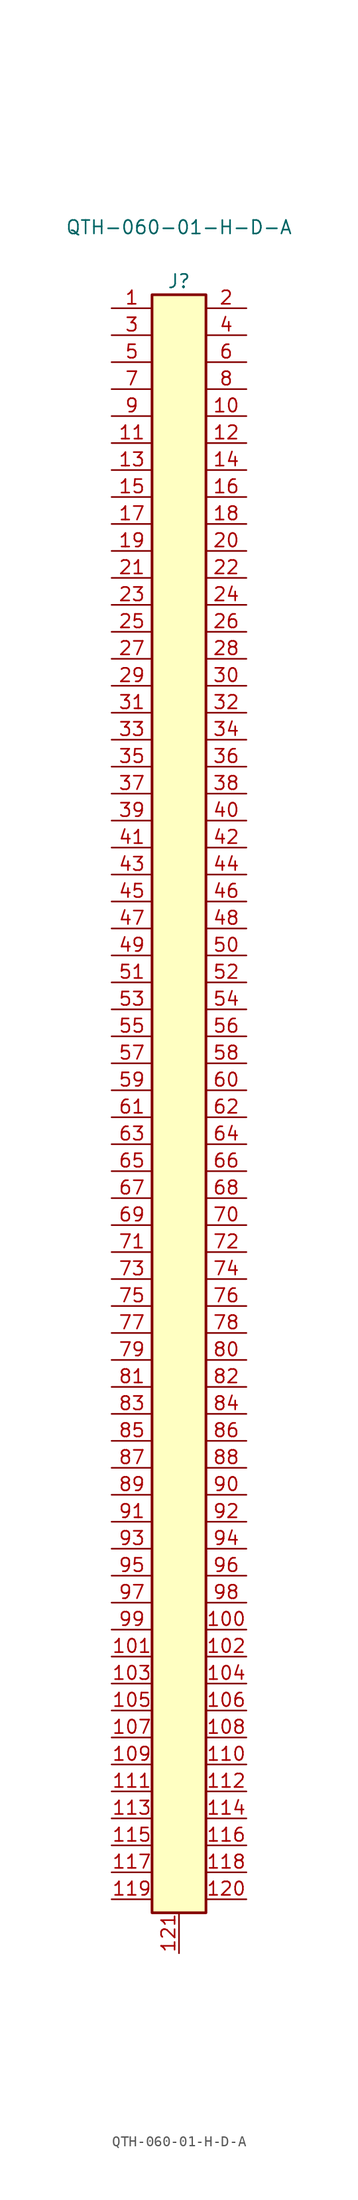
<source format=kicad_sym>
(kicad_symbol_lib
  (version 20241209)
  (generator "kicad_symbol_editor")
  (generator_version "9.0")
  (symbol "QTH-060-01-H-D-A"
    (pin_names
      (offset 1.016)
      (hide yes))
    (property "Reference" "J"
      (at 0 35.56 0)
      (effects (font (size 1.27 1.27))))
    (property "Value" "QTH-060-01-H-D-A"
      (at 0 40.64 0)
      (effects (font (size 1.27 1.27))))
    (symbol "QTH-060-01-H-D-A_0_0"
      (pin passive line (at -6.35 -43.18 0) (length 3.81) (name "Pin_61" (effects (font (size 1.27 1.27)))) (number "61" (effects (font (size 1.27 1.27)))))
      (pin passive line (at -6.35 -68.58 0) (length 3.81) (name "Pin_81" (effects (font (size 1.27 1.27)))) (number "81" (effects (font (size 1.27 1.27)))))
      (pin passive line (at -6.35 -81.28 0) (length 3.81) (name "Pin_91" (effects (font (size 1.27 1.27)))) (number "91" (effects (font (size 1.27 1.27)))))
      (pin passive line (at -6.35 -83.82 0) (length 3.81) (name "Pin_93" (effects (font (size 1.27 1.27)))) (number "93" (effects (font (size 1.27 1.27)))))
      (pin passive line (at 0 -121.92 90) (length 3.81) (name "121" (effects (font (size 1.27 1.27)))) (number "121" (effects (font (size 1.27 1.27)))))
      (pin passive line (at 6.35 -43.18 180) (length 3.81) (name "Pin_62" (effects (font (size 1.27 1.27)))) (number "62" (effects (font (size 1.27 1.27)))))
      (pin passive line (at 6.35 -45.72 180) (length 3.81) (name "Pin_64" (effects (font (size 1.27 1.27)))) (number "64" (effects (font (size 1.27 1.27)))))
      (pin passive line (at 6.35 -48.26 180) (length 3.81) (name "Pin_66" (effects (font (size 1.27 1.27)))) (number "66" (effects (font (size 1.27 1.27)))))
      (pin passive line (at 6.35 -63.5 180) (length 3.81) (name "Pin_78" (effects (font (size 1.27 1.27)))) (number "78" (effects (font (size 1.27 1.27)))))
      (pin passive line (at 6.35 -66.04 180) (length 3.81) (name "Pin_80" (effects (font (size 1.27 1.27)))) (number "80" (effects (font (size 1.27 1.27)))))
      (pin passive line (at 6.35 -68.58 180) (length 3.81) (name "Pin_82" (effects (font (size 1.27 1.27)))) (number "82" (effects (font (size 1.27 1.27)))))
      (pin passive line (at 6.35 -71.12 180) (length 3.81) (name "Pin_84" (effects (font (size 1.27 1.27)))) (number "84" (effects (font (size 1.27 1.27)))))
      (pin passive line (at 6.35 -73.66 180) (length 3.81) (name "Pin_86" (effects (font (size 1.27 1.27)))) (number "86" (effects (font (size 1.27 1.27)))))
      (pin passive line (at 6.35 -88.9 180) (length 3.81) (name "Pin_98" (effects (font (size 1.27 1.27)))) (number "98" (effects (font (size 1.27 1.27)))))
      (pin passive line (at 6.35 -91.44 180) (length 3.81) (name "Pin_100" (effects (font (size 1.27 1.27)))) (number "100" (effects (font (size 1.27 1.27)))))
      (pin passive line (at 6.35 -93.98 180) (length 3.81) (name "Pin_102" (effects (font (size 1.27 1.27)))) (number "102" (effects (font (size 1.27 1.27)))))
      (pin passive line (at 6.35 -106.68 180) (length 3.81) (name "Pin_112" (effects (font (size 1.27 1.27)))) (number "112" (effects (font (size 1.27 1.27)))))
      (pin passive line (at 6.35 -109.22 180) (length 3.81) (name "Pin_114" (effects (font (size 1.27 1.27)))) (number "114" (effects (font (size 1.27 1.27)))))
      (pin passive line (at 6.35 -111.76 180) (length 3.81) (name "Pin_116" (effects (font (size 1.27 1.27)))) (number "116" (effects (font (size 1.27 1.27)))))
      (pin passive line (at 6.35 -114.3 180) (length 3.81) (name "Pin_118" (effects (font (size 1.27 1.27)))) (number "118" (effects (font (size 1.27 1.27)))))
      (pin passive line (at 6.35 -116.84 180) (length 3.81) (name "Pin_120" (effects (font (size 1.27 1.27)))) (number "120" (effects (font (size 1.27 1.27))))))
    (symbol "QTH-060-01-H-D-A_1_1"
      (rectangle (start -2.54 34.29) (end 2.54 -118.11) (stroke (width 0.254) (type solid)) (fill (type background)))
      (pin passive line (at -6.35 33.02 0) (length 3.81) (name "Pin_1" (effects (font (size 1.27 1.27)))) (number "1" (effects (font (size 1.27 1.27)))))
      (pin passive line (at -6.35 30.48 0) (length 3.81) (name "Pin_3" (effects (font (size 1.27 1.27)))) (number "3" (effects (font (size 1.27 1.27)))))
      (pin passive line (at -6.35 27.94 0) (length 3.81) (name "Pin_5" (effects (font (size 1.27 1.27)))) (number "5" (effects (font (size 1.27 1.27)))))
      (pin passive line (at -6.35 25.4 0) (length 3.81) (name "Pin_7" (effects (font (size 1.27 1.27)))) (number "7" (effects (font (size 1.27 1.27)))))
      (pin passive line (at -6.35 22.86 0) (length 3.81) (name "Pin_9" (effects (font (size 1.27 1.27)))) (number "9" (effects (font (size 1.27 1.27)))))
      (pin passive line (at -6.35 20.32 0) (length 3.81) (name "Pin_11" (effects (font (size 1.27 1.27)))) (number "11" (effects (font (size 1.27 1.27)))))
      (pin passive line (at -6.35 17.78 0) (length 3.81) (name "Pin_13" (effects (font (size 1.27 1.27)))) (number "13" (effects (font (size 1.27 1.27)))))
      (pin passive line (at -6.35 15.24 0) (length 3.81) (name "Pin_15" (effects (font (size 1.27 1.27)))) (number "15" (effects (font (size 1.27 1.27)))))
      (pin passive line (at -6.35 12.7 0) (length 3.81) (name "Pin_17" (effects (font (size 1.27 1.27)))) (number "17" (effects (font (size 1.27 1.27)))))
      (pin passive line (at -6.35 10.16 0) (length 3.81) (name "Pin_19" (effects (font (size 1.27 1.27)))) (number "19" (effects (font (size 1.27 1.27)))))
      (pin passive line (at -6.35 7.62 0) (length 3.81) (name "Pin_21" (effects (font (size 1.27 1.27)))) (number "21" (effects (font (size 1.27 1.27)))))
      (pin passive line (at -6.35 5.08 0) (length 3.81) (name "Pin_23" (effects (font (size 1.27 1.27)))) (number "23" (effects (font (size 1.27 1.27)))))
      (pin passive line (at -6.35 2.54 0) (length 3.81) (name "Pin_25" (effects (font (size 1.27 1.27)))) (number "25" (effects (font (size 1.27 1.27)))))
      (pin passive line (at -6.35 0 0) (length 3.81) (name "Pin_27" (effects (font (size 1.27 1.27)))) (number "27" (effects (font (size 1.27 1.27)))))
      (pin passive line (at -6.35 -2.54 0) (length 3.81) (name "Pin_29" (effects (font (size 1.27 1.27)))) (number "29" (effects (font (size 1.27 1.27)))))
      (pin passive line (at -6.35 -5.08 0) (length 3.81) (name "Pin_31" (effects (font (size 1.27 1.27)))) (number "31" (effects (font (size 1.27 1.27)))))
      (pin passive line (at -6.35 -7.62 0) (length 3.81) (name "Pin_33" (effects (font (size 1.27 1.27)))) (number "33" (effects (font (size 1.27 1.27)))))
      (pin passive line (at -6.35 -10.16 0) (length 3.81) (name "Pin_35" (effects (font (size 1.27 1.27)))) (number "35" (effects (font (size 1.27 1.27)))))
      (pin passive line (at -6.35 -12.7 0) (length 3.81) (name "Pin_37" (effects (font (size 1.27 1.27)))) (number "37" (effects (font (size 1.27 1.27)))))
      (pin passive line (at -6.35 -15.24 0) (length 3.81) (name "Pin_39" (effects (font (size 1.27 1.27)))) (number "39" (effects (font (size 1.27 1.27)))))
      (pin passive line (at -6.35 -17.78 0) (length 3.81) (name "Pin_41" (effects (font (size 1.27 1.27)))) (number "41" (effects (font (size 1.27 1.27)))))
      (pin passive line (at -6.35 -20.32 0) (length 3.81) (name "Pin_43" (effects (font (size 1.27 1.27)))) (number "43" (effects (font (size 1.27 1.27)))))
      (pin passive line (at -6.35 -22.86 0) (length 3.81) (name "Pin_45" (effects (font (size 1.27 1.27)))) (number "45" (effects (font (size 1.27 1.27)))))
      (pin passive line (at -6.35 -25.4 0) (length 3.81) (name "Pin_47" (effects (font (size 1.27 1.27)))) (number "47" (effects (font (size 1.27 1.27)))))
      (pin passive line (at -6.35 -27.94 0) (length 3.81) (name "Pin_49" (effects (font (size 1.27 1.27)))) (number "49" (effects (font (size 1.27 1.27)))))
      (pin passive line (at -6.35 -30.48 0) (length 3.81) (name "Pin_51" (effects (font (size 1.27 1.27)))) (number "51" (effects (font (size 1.27 1.27)))))
      (pin passive line (at -6.35 -33.02 0) (length 3.81) (name "Pin_53" (effects (font (size 1.27 1.27)))) (number "53" (effects (font (size 1.27 1.27)))))
      (pin passive line (at -6.35 -35.56 0) (length 3.81) (name "Pin_55" (effects (font (size 1.27 1.27)))) (number "55" (effects (font (size 1.27 1.27)))))
      (pin passive line (at -6.35 -38.1 0) (length 3.81) (name "Pin_57" (effects (font (size 1.27 1.27)))) (number "57" (effects (font (size 1.27 1.27)))))
      (pin passive line (at -6.35 -40.64 0) (length 3.81) (name "Pin_59" (effects (font (size 1.27 1.27)))) (number "59" (effects (font (size 1.27 1.27)))))
      (pin passive line (at -6.35 -45.72 0) (length 3.81) (name "Pin_63" (effects (font (size 1.27 1.27)))) (number "63" (effects (font (size 1.27 1.27)))))
      (pin passive line (at -6.35 -48.26 0) (length 3.81) (name "Pin_65" (effects (font (size 1.27 1.27)))) (number "65" (effects (font (size 1.27 1.27)))))
      (pin passive line (at -6.35 -50.8 0) (length 3.81) (name "Pin_67" (effects (font (size 1.27 1.27)))) (number "67" (effects (font (size 1.27 1.27)))))
      (pin passive line (at -6.35 -53.34 0) (length 3.81) (name "Pin_69" (effects (font (size 1.27 1.27)))) (number "69" (effects (font (size 1.27 1.27)))))
      (pin passive line (at -6.35 -55.88 0) (length 3.81) (name "Pin_71" (effects (font (size 1.27 1.27)))) (number "71" (effects (font (size 1.27 1.27)))))
      (pin passive line (at -6.35 -58.42 0) (length 3.81) (name "Pin_73" (effects (font (size 1.27 1.27)))) (number "73" (effects (font (size 1.27 1.27)))))
      (pin passive line (at -6.35 -60.96 0) (length 3.81) (name "Pin_75" (effects (font (size 1.27 1.27)))) (number "75" (effects (font (size 1.27 1.27)))))
      (pin passive line (at -6.35 -63.5 0) (length 3.81) (name "Pin_77" (effects (font (size 1.27 1.27)))) (number "77" (effects (font (size 1.27 1.27)))))
      (pin passive line (at -6.35 -66.04 0) (length 3.81) (name "Pin_79" (effects (font (size 1.27 1.27)))) (number "79" (effects (font (size 1.27 1.27)))))
      (pin passive line (at -6.35 -71.12 0) (length 3.81) (name "Pin_83" (effects (font (size 1.27 1.27)))) (number "83" (effects (font (size 1.27 1.27)))))
      (pin passive line (at -6.35 -73.66 0) (length 3.81) (name "Pin_85" (effects (font (size 1.27 1.27)))) (number "85" (effects (font (size 1.27 1.27)))))
      (pin passive line (at -6.35 -76.2 0) (length 3.81) (name "Pin_87" (effects (font (size 1.27 1.27)))) (number "87" (effects (font (size 1.27 1.27)))))
      (pin passive line (at -6.35 -78.74 0) (length 3.81) (name "Pin_89" (effects (font (size 1.27 1.27)))) (number "89" (effects (font (size 1.27 1.27)))))
      (pin passive line (at -6.35 -86.36 0) (length 3.81) (name "Pin_95" (effects (font (size 1.27 1.27)))) (number "95" (effects (font (size 1.27 1.27)))))
      (pin passive line (at -6.35 -88.9 0) (length 3.81) (name "Pin_97" (effects (font (size 1.27 1.27)))) (number "97" (effects (font (size 1.27 1.27)))))
      (pin passive line (at -6.35 -91.44 0) (length 3.81) (name "Pin_99" (effects (font (size 1.27 1.27)))) (number "99" (effects (font (size 1.27 1.27)))))
      (pin passive line (at -6.35 -93.98 0) (length 3.81) (name "Pin_101" (effects (font (size 1.27 1.27)))) (number "101" (effects (font (size 1.27 1.27)))))
      (pin passive line (at -6.35 -96.52 0) (length 3.81) (name "Pin_103" (effects (font (size 1.27 1.27)))) (number "103" (effects (font (size 1.27 1.27)))))
      (pin passive line (at -6.35 -99.06 0) (length 3.81) (name "Pin_105" (effects (font (size 1.27 1.27)))) (number "105" (effects (font (size 1.27 1.27)))))
      (pin passive line (at -6.35 -101.6 0) (length 3.81) (name "Pin_107" (effects (font (size 1.27 1.27)))) (number "107" (effects (font (size 1.27 1.27)))))
      (pin passive line (at -6.35 -104.14 0) (length 3.81) (name "Pin_109" (effects (font (size 1.27 1.27)))) (number "109" (effects (font (size 1.27 1.27)))))
      (pin passive line (at -6.35 -106.68 0) (length 3.81) (name "Pin_111" (effects (font (size 1.27 1.27)))) (number "111" (effects (font (size 1.27 1.27)))))
      (pin passive line (at -6.35 -109.22 0) (length 3.81) (name "Pin_113" (effects (font (size 1.27 1.27)))) (number "113" (effects (font (size 1.27 1.27)))))
      (pin passive line (at -6.35 -111.76 0) (length 3.81) (name "Pin_115" (effects (font (size 1.27 1.27)))) (number "115" (effects (font (size 1.27 1.27)))))
      (pin passive line (at -6.35 -114.3 0) (length 3.81) (name "Pin_117" (effects (font (size 1.27 1.27)))) (number "117" (effects (font (size 1.27 1.27)))))
      (pin passive line (at -6.35 -116.84 0) (length 3.81) (name "Pin_119" (effects (font (size 1.27 1.27)))) (number "119" (effects (font (size 1.27 1.27)))))
      (pin passive line (at 6.35 33.02 180) (length 3.81) (name "Pin_2" (effects (font (size 1.27 1.27)))) (number "2" (effects (font (size 1.27 1.27)))))
      (pin passive line (at 6.35 30.48 180) (length 3.81) (name "Pin_4" (effects (font (size 1.27 1.27)))) (number "4" (effects (font (size 1.27 1.27)))))
      (pin passive line (at 6.35 27.94 180) (length 3.81) (name "Pin_6" (effects (font (size 1.27 1.27)))) (number "6" (effects (font (size 1.27 1.27)))))
      (pin passive line (at 6.35 25.4 180) (length 3.81) (name "Pin_8" (effects (font (size 1.27 1.27)))) (number "8" (effects (font (size 1.27 1.27)))))
      (pin passive line (at 6.35 22.86 180) (length 3.81) (name "Pin_10" (effects (font (size 1.27 1.27)))) (number "10" (effects (font (size 1.27 1.27)))))
      (pin passive line (at 6.35 20.32 180) (length 3.81) (name "Pin_12" (effects (font (size 1.27 1.27)))) (number "12" (effects (font (size 1.27 1.27)))))
      (pin passive line (at 6.35 17.78 180) (length 3.81) (name "Pin_14" (effects (font (size 1.27 1.27)))) (number "14" (effects (font (size 1.27 1.27)))))
      (pin passive line (at 6.35 15.24 180) (length 3.81) (name "Pin_16" (effects (font (size 1.27 1.27)))) (number "16" (effects (font (size 1.27 1.27)))))
      (pin passive line (at 6.35 12.7 180) (length 3.81) (name "Pin_18" (effects (font (size 1.27 1.27)))) (number "18" (effects (font (size 1.27 1.27)))))
      (pin passive line (at 6.35 10.16 180) (length 3.81) (name "Pin_20" (effects (font (size 1.27 1.27)))) (number "20" (effects (font (size 1.27 1.27)))))
      (pin passive line (at 6.35 7.62 180) (length 3.81) (name "Pin_22" (effects (font (size 1.27 1.27)))) (number "22" (effects (font (size 1.27 1.27)))))
      (pin passive line (at 6.35 5.08 180) (length 3.81) (name "Pin_24" (effects (font (size 1.27 1.27)))) (number "24" (effects (font (size 1.27 1.27)))))
      (pin passive line (at 6.35 2.54 180) (length 3.81) (name "Pin_26" (effects (font (size 1.27 1.27)))) (number "26" (effects (font (size 1.27 1.27)))))
      (pin passive line (at 6.35 0 180) (length 3.81) (name "Pin_28" (effects (font (size 1.27 1.27)))) (number "28" (effects (font (size 1.27 1.27)))))
      (pin passive line (at 6.35 -2.54 180) (length 3.81) (name "Pin_30" (effects (font (size 1.27 1.27)))) (number "30" (effects (font (size 1.27 1.27)))))
      (pin passive line (at 6.35 -5.08 180) (length 3.81) (name "Pin_32" (effects (font (size 1.27 1.27)))) (number "32" (effects (font (size 1.27 1.27)))))
      (pin passive line (at 6.35 -7.62 180) (length 3.81) (name "Pin_34" (effects (font (size 1.27 1.27)))) (number "34" (effects (font (size 1.27 1.27)))))
      (pin passive line (at 6.35 -10.16 180) (length 3.81) (name "Pin_36" (effects (font (size 1.27 1.27)))) (number "36" (effects (font (size 1.27 1.27)))))
      (pin passive line (at 6.35 -12.7 180) (length 3.81) (name "Pin_38" (effects (font (size 1.27 1.27)))) (number "38" (effects (font (size 1.27 1.27)))))
      (pin passive line (at 6.35 -15.24 180) (length 3.81) (name "Pin_40" (effects (font (size 1.27 1.27)))) (number "40" (effects (font (size 1.27 1.27)))))
      (pin passive line (at 6.35 -17.78 180) (length 3.81) (name "Pin_42" (effects (font (size 1.27 1.27)))) (number "42" (effects (font (size 1.27 1.27)))))
      (pin passive line (at 6.35 -20.32 180) (length 3.81) (name "Pin_44" (effects (font (size 1.27 1.27)))) (number "44" (effects (font (size 1.27 1.27)))))
      (pin passive line (at 6.35 -22.86 180) (length 3.81) (name "Pin_46" (effects (font (size 1.27 1.27)))) (number "46" (effects (font (size 1.27 1.27)))))
      (pin passive line (at 6.35 -25.4 180) (length 3.81) (name "Pin_48" (effects (font (size 1.27 1.27)))) (number "48" (effects (font (size 1.27 1.27)))))
      (pin passive line (at 6.35 -27.94 180) (length 3.81) (name "Pin_50" (effects (font (size 1.27 1.27)))) (number "50" (effects (font (size 1.27 1.27)))))
      (pin passive line (at 6.35 -30.48 180) (length 3.81) (name "Pin_52" (effects (font (size 1.27 1.27)))) (number "52" (effects (font (size 1.27 1.27)))))
      (pin passive line (at 6.35 -33.02 180) (length 3.81) (name "Pin_54" (effects (font (size 1.27 1.27)))) (number "54" (effects (font (size 1.27 1.27)))))
      (pin passive line (at 6.35 -35.56 180) (length 3.81) (name "Pin_56" (effects (font (size 1.27 1.27)))) (number "56" (effects (font (size 1.27 1.27)))))
      (pin passive line (at 6.35 -38.1 180) (length 3.81) (name "Pin_58" (effects (font (size 1.27 1.27)))) (number "58" (effects (font (size 1.27 1.27)))))
      (pin passive line (at 6.35 -40.64 180) (length 3.81) (name "Pin_60" (effects (font (size 1.27 1.27)))) (number "60" (effects (font (size 1.27 1.27)))))
      (pin passive line (at 6.35 -50.8 180) (length 3.81) (name "Pin_68" (effects (font (size 1.27 1.27)))) (number "68" (effects (font (size 1.27 1.27)))))
      (pin passive line (at 6.35 -53.34 180) (length 3.81) (name "Pin_70" (effects (font (size 1.27 1.27)))) (number "70" (effects (font (size 1.27 1.27)))))
      (pin passive line (at 6.35 -55.88 180) (length 3.81) (name "Pin_72" (effects (font (size 1.27 1.27)))) (number "72" (effects (font (size 1.27 1.27)))))
      (pin passive line (at 6.35 -58.42 180) (length 3.81) (name "Pin_74" (effects (font (size 1.27 1.27)))) (number "74" (effects (font (size 1.27 1.27)))))
      (pin passive line (at 6.35 -60.96 180) (length 3.81) (name "Pin_76" (effects (font (size 1.27 1.27)))) (number "76" (effects (font (size 1.27 1.27)))))
      (pin passive line (at 6.35 -76.2 180) (length 3.81) (name "Pin_88" (effects (font (size 1.27 1.27)))) (number "88" (effects (font (size 1.27 1.27)))))
      (pin passive line (at 6.35 -78.74 180) (length 3.81) (name "Pin_90" (effects (font (size 1.27 1.27)))) (number "90" (effects (font (size 1.27 1.27)))))
      (pin passive line (at 6.35 -81.28 180) (length 3.81) (name "Pin_92" (effects (font (size 1.27 1.27)))) (number "92" (effects (font (size 1.27 1.27)))))
      (pin passive line (at 6.35 -83.82 180) (length 3.81) (name "Pin_94" (effects (font (size 1.27 1.27)))) (number "94" (effects (font (size 1.27 1.27)))))
      (pin passive line (at 6.35 -86.36 180) (length 3.81) (name "Pin_96" (effects (font (size 1.27 1.27)))) (number "96" (effects (font (size 1.27 1.27)))))
      (pin passive line (at 6.35 -96.52 180) (length 3.81) (name "Pin_104" (effects (font (size 1.27 1.27)))) (number "104" (effects (font (size 1.27 1.27)))))
      (pin passive line (at 6.35 -99.06 180) (length 3.81) (name "Pin_106" (effects (font (size 1.27 1.27)))) (number "106" (effects (font (size 1.27 1.27)))))
      (pin passive line (at 6.35 -101.6 180) (length 3.81) (name "Pin_108" (effects (font (size 1.27 1.27)))) (number "108" (effects (font (size 1.27 1.27)))))
      (pin passive line (at 6.35 -104.14 180) (length 3.81) (name "Pin_110" (effects (font (size 1.27 1.27)))) (number "110" (effects (font (size 1.27 1.27))))))))
</source>
